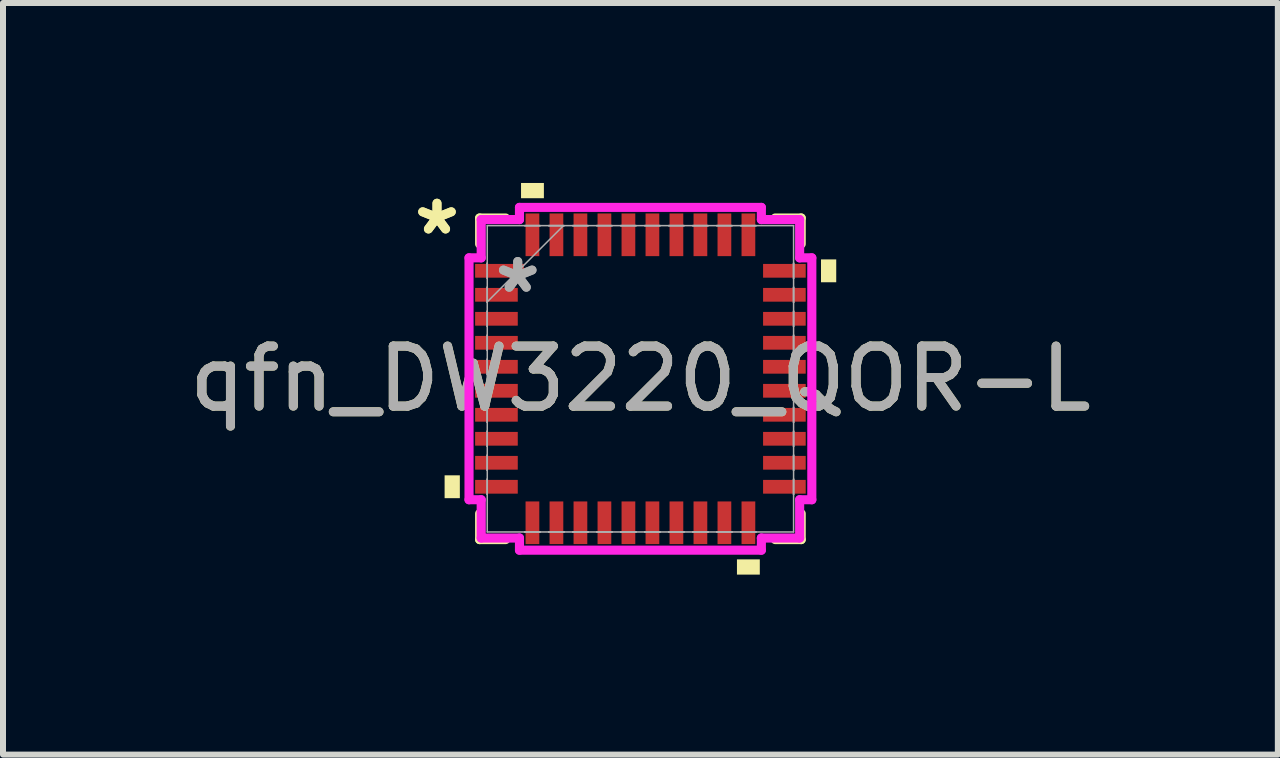
<source format=kicad_pcb>
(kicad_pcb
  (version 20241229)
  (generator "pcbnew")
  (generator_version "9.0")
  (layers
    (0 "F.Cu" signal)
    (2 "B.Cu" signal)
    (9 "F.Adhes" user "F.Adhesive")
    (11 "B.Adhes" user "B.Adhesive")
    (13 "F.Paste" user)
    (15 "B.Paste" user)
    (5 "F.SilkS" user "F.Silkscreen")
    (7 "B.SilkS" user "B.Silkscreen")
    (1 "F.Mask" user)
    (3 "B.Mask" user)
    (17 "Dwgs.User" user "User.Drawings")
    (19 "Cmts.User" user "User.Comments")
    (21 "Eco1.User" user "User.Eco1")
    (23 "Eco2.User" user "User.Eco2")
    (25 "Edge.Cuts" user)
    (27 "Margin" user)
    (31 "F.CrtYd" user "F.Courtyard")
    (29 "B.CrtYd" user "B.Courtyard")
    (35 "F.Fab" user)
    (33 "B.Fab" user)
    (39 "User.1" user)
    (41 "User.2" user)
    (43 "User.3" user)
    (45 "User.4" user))
  (footprint "qfn_DW3220_QOR-L"
    (layer "F.Cu")
    (at 7.625 3.264)
    (property "Reference" "qfn_DW3220_QOR-L" (at 0 0 0) (unlocked yes) (layer "F.SilkS") (effects (font (size 1 1) (thickness 0.15))))
    (attr smd)
    (fp_line (start -2.68 -2.68) (end -2.68 -2.247) (stroke (width 0.152) (type solid)) (layer "F.SilkS"))
    (fp_line (start -2.68 2.247) (end -2.68 2.68) (stroke (width 0.152) (type solid)) (layer "F.SilkS"))
    (fp_line (start -2.68 2.68) (end -2.247 2.68) (stroke (width 0.152) (type solid)) (layer "F.SilkS"))
    (fp_line (start -2.247 -2.68) (end -2.68 -2.68) (stroke (width 0.152) (type solid)) (layer "F.SilkS"))
    (fp_line (start 2.247 2.68) (end 2.68 2.68) (stroke (width 0.152) (type solid)) (layer "F.SilkS"))
    (fp_line (start 2.68 -2.68) (end 2.247 -2.68) (stroke (width 0.152) (type solid)) (layer "F.SilkS"))
    (fp_line (start 2.68 -2.247) (end 2.68 -2.68) (stroke (width 0.152) (type solid)) (layer "F.SilkS"))
    (fp_line (start 2.68 2.68) (end 2.68 2.247) (stroke (width 0.152) (type solid)) (layer "F.SilkS"))
    (fp_poly (pts (xy -3.264 1.609) (xy -3.264 1.99) (xy -3.01 1.99) (xy -3.01 1.609)) (stroke (width 0) (type solid)) (fill yes) (layer "F.SilkS"))
    (fp_poly (pts (xy -1.99 -3.01) (xy -1.99 -3.264) (xy -1.609 -3.264) (xy -1.609 -3.01)) (stroke (width 0) (type solid)) (fill yes) (layer "F.SilkS"))
    (fp_poly (pts (xy 1.609 3.01) (xy 1.609 3.264) (xy 1.99 3.264) (xy 1.99 3.01)) (stroke (width 0) (type solid)) (fill yes) (layer "F.SilkS"))
    (fp_poly (pts (xy 3.264 -1.99) (xy 3.264 -1.609) (xy 3.01 -1.609) (xy 3.01 -1.99)) (stroke (width 0) (type solid)) (fill yes) (layer "F.SilkS"))
    (fp_line (start -2.857 -2.016) (end -2.654 -2.016) (stroke (width 0.152) (type solid)) (layer "F.CrtYd"))
    (fp_line (start -2.857 2.016) (end -2.857 -2.016) (stroke (width 0.152) (type solid)) (layer "F.CrtYd"))
    (fp_line (start -2.857 2.016) (end -2.654 2.016) (stroke (width 0.152) (type solid)) (layer "F.CrtYd"))
    (fp_line (start -2.654 -2.654) (end -2.016 -2.654) (stroke (width 0.152) (type solid)) (layer "F.CrtYd"))
    (fp_line (start -2.654 -2.016) (end -2.654 -2.654) (stroke (width 0.152) (type solid)) (layer "F.CrtYd"))
    (fp_line (start -2.654 2.654) (end -2.654 2.016) (stroke (width 0.152) (type solid)) (layer "F.CrtYd"))
    (fp_line (start -2.016 -2.857) (end 2.016 -2.857) (stroke (width 0.152) (type solid)) (layer "F.CrtYd"))
    (fp_line (start -2.016 -2.654) (end -2.016 -2.857) (stroke (width 0.152) (type solid)) (layer "F.CrtYd"))
    (fp_line (start -2.016 2.654) (end -2.654 2.654) (stroke (width 0.152) (type solid)) (layer "F.CrtYd"))
    (fp_line (start -2.016 2.857) (end -2.016 2.654) (stroke (width 0.152) (type solid)) (layer "F.CrtYd"))
    (fp_line (start 2.016 -2.857) (end 2.016 -2.654) (stroke (width 0.152) (type solid)) (layer "F.CrtYd"))
    (fp_line (start 2.016 -2.654) (end 2.654 -2.654) (stroke (width 0.152) (type solid)) (layer "F.CrtYd"))
    (fp_line (start 2.016 2.654) (end 2.016 2.857) (stroke (width 0.152) (type solid)) (layer "F.CrtYd"))
    (fp_line (start 2.016 2.857) (end -2.016 2.857) (stroke (width 0.152) (type solid)) (layer "F.CrtYd"))
    (fp_line (start 2.654 -2.654) (end 2.654 -2.016) (stroke (width 0.152) (type solid)) (layer "F.CrtYd"))
    (fp_line (start 2.654 -2.016) (end 2.857 -2.016) (stroke (width 0.152) (type solid)) (layer "F.CrtYd"))
    (fp_line (start 2.654 2.016) (end 2.654 2.654) (stroke (width 0.152) (type solid)) (layer "F.CrtYd"))
    (fp_line (start 2.654 2.654) (end 2.016 2.654) (stroke (width 0.152) (type solid)) (layer "F.CrtYd"))
    (fp_line (start 2.857 -2.016) (end 2.857 2.016) (stroke (width 0.152) (type solid)) (layer "F.CrtYd"))
    (fp_line (start 2.857 2.016) (end 2.654 2.016) (stroke (width 0.152) (type solid)) (layer "F.CrtYd"))
    (fp_line (start -2.553 -2.553) (end -2.553 2.553) (stroke (width 0.025) (type solid)) (layer "F.Fab"))
    (fp_line (start -2.553 -1.927) (end -2.553 -1.927) (stroke (width 0.025) (type solid)) (layer "F.Fab"))
    (fp_line (start -2.553 -1.927) (end -2.553 -1.673) (stroke (width 0.025) (type solid)) (layer "F.Fab"))
    (fp_line (start -2.553 -1.673) (end -2.553 -1.927) (stroke (width 0.025) (type solid)) (layer "F.Fab"))
    (fp_line (start -2.553 -1.673) (end -2.553 -1.673) (stroke (width 0.025) (type solid)) (layer "F.Fab"))
    (fp_line (start -2.553 -1.527) (end -2.553 -1.527) (stroke (width 0.025) (type solid)) (layer "F.Fab"))
    (fp_line (start -2.553 -1.527) (end -2.553 -1.273) (stroke (width 0.025) (type solid)) (layer "F.Fab"))
    (fp_line (start -2.553 -1.283) (end -1.283 -2.553) (stroke (width 0.025) (type solid)) (layer "F.Fab"))
    (fp_line (start -2.553 -1.273) (end -2.553 -1.527) (stroke (width 0.025) (type solid)) (layer "F.Fab"))
    (fp_line (start -2.553 -1.273) (end -2.553 -1.273) (stroke (width 0.025) (type solid)) (layer "F.Fab"))
    (fp_line (start -2.553 -1.127) (end -2.553 -1.127) (stroke (width 0.025) (type solid)) (layer "F.Fab"))
    (fp_line (start -2.553 -1.127) (end -2.553 -0.873) (stroke (width 0.025) (type solid)) (layer "F.Fab"))
    (fp_line (start -2.553 -0.873) (end -2.553 -1.127) (stroke (width 0.025) (type solid)) (layer "F.Fab"))
    (fp_line (start -2.553 -0.873) (end -2.553 -0.873) (stroke (width 0.025) (type solid)) (layer "F.Fab"))
    (fp_line (start -2.553 -0.727) (end -2.553 -0.727) (stroke (width 0.025) (type solid)) (layer "F.Fab"))
    (fp_line (start -2.553 -0.727) (end -2.553 -0.473) (stroke (width 0.025) (type solid)) (layer "F.Fab"))
    (fp_line (start -2.553 -0.473) (end -2.553 -0.727) (stroke (width 0.025) (type solid)) (layer "F.Fab"))
    (fp_line (start -2.553 -0.473) (end -2.553 -0.473) (stroke (width 0.025) (type solid)) (layer "F.Fab"))
    (fp_line (start -2.553 -0.327) (end -2.553 -0.327) (stroke (width 0.025) (type solid)) (layer "F.Fab"))
    (fp_line (start -2.553 -0.327) (end -2.553 -0.073) (stroke (width 0.025) (type solid)) (layer "F.Fab"))
    (fp_line (start -2.553 -0.073) (end -2.553 -0.327) (stroke (width 0.025) (type solid)) (layer "F.Fab"))
    (fp_line (start -2.553 -0.073) (end -2.553 -0.073) (stroke (width 0.025) (type solid)) (layer "F.Fab"))
    (fp_line (start -2.553 0.073) (end -2.553 0.073) (stroke (width 0.025) (type solid)) (layer "F.Fab"))
    (fp_line (start -2.553 0.073) (end -2.553 0.327) (stroke (width 0.025) (type solid)) (layer "F.Fab"))
    (fp_line (start -2.553 0.327) (end -2.553 0.073) (stroke (width 0.025) (type solid)) (layer "F.Fab"))
    (fp_line (start -2.553 0.327) (end -2.553 0.327) (stroke (width 0.025) (type solid)) (layer "F.Fab"))
    (fp_line (start -2.553 0.473) (end -2.553 0.473) (stroke (width 0.025) (type solid)) (layer "F.Fab"))
    (fp_line (start -2.553 0.473) (end -2.553 0.727) (stroke (width 0.025) (type solid)) (layer "F.Fab"))
    (fp_line (start -2.553 0.727) (end -2.553 0.473) (stroke (width 0.025) (type solid)) (layer "F.Fab"))
    (fp_line (start -2.553 0.727) (end -2.553 0.727) (stroke (width 0.025) (type solid)) (layer "F.Fab"))
    (fp_line (start -2.553 0.873) (end -2.553 0.873) (stroke (width 0.025) (type solid)) (layer "F.Fab"))
    (fp_line (start -2.553 0.873) (end -2.553 1.127) (stroke (width 0.025) (type solid)) (layer "F.Fab"))
    (fp_line (start -2.553 1.127) (end -2.553 0.873) (stroke (width 0.025) (type solid)) (layer "F.Fab"))
    (fp_line (start -2.553 1.127) (end -2.553 1.127) (stroke (width 0.025) (type solid)) (layer "F.Fab"))
    (fp_line (start -2.553 1.273) (end -2.553 1.273) (stroke (width 0.025) (type solid)) (layer "F.Fab"))
    (fp_line (start -2.553 1.273) (end -2.553 1.527) (stroke (width 0.025) (type solid)) (layer "F.Fab"))
    (fp_line (start -2.553 1.527) (end -2.553 1.273) (stroke (width 0.025) (type solid)) (layer "F.Fab"))
    (fp_line (start -2.553 1.527) (end -2.553 1.527) (stroke (width 0.025) (type solid)) (layer "F.Fab"))
    (fp_line (start -2.553 1.673) (end -2.553 1.673) (stroke (width 0.025) (type solid)) (layer "F.Fab"))
    (fp_line (start -2.553 1.673) (end -2.553 1.927) (stroke (width 0.025) (type solid)) (layer "F.Fab"))
    (fp_line (start -2.553 1.927) (end -2.553 1.673) (stroke (width 0.025) (type solid)) (layer "F.Fab"))
    (fp_line (start -2.553 1.927) (end -2.553 1.927) (stroke (width 0.025) (type solid)) (layer "F.Fab"))
    (fp_line (start -2.553 2.553) (end 2.553 2.553) (stroke (width 0.025) (type solid)) (layer "F.Fab"))
    (fp_line (start -1.927 -2.553) (end -1.927 -2.553) (stroke (width 0.025) (type solid)) (layer "F.Fab"))
    (fp_line (start -1.927 -2.553) (end -1.673 -2.553) (stroke (width 0.025) (type solid)) (layer "F.Fab"))
    (fp_line (start -1.927 2.553) (end -1.927 2.553) (stroke (width 0.025) (type solid)) (layer "F.Fab"))
    (fp_line (start -1.927 2.553) (end -1.673 2.553) (stroke (width 0.025) (type solid)) (layer "F.Fab"))
    (fp_line (start -1.673 -2.553) (end -1.927 -2.553) (stroke (width 0.025) (type solid)) (layer "F.Fab"))
    (fp_line (start -1.673 -2.553) (end -1.673 -2.553) (stroke (width 0.025) (type solid)) (layer "F.Fab"))
    (fp_line (start -1.673 2.553) (end -1.927 2.553) (stroke (width 0.025) (type solid)) (layer "F.Fab"))
    (fp_line (start -1.673 2.553) (end -1.673 2.553) (stroke (width 0.025) (type solid)) (layer "F.Fab"))
    (fp_line (start -1.527 -2.553) (end -1.527 -2.553) (stroke (width 0.025) (type solid)) (layer "F.Fab"))
    (fp_line (start -1.527 -2.553) (end -1.273 -2.553) (stroke (width 0.025) (type solid)) (layer "F.Fab"))
    (fp_line (start -1.527 2.553) (end -1.527 2.553) (stroke (width 0.025) (type solid)) (layer "F.Fab"))
    (fp_line (start -1.527 2.553) (end -1.273 2.553) (stroke (width 0.025) (type solid)) (layer "F.Fab"))
    (fp_line (start -1.273 -2.553) (end -1.527 -2.553) (stroke (width 0.025) (type solid)) (layer "F.Fab"))
    (fp_line (start -1.273 -2.553) (end -1.273 -2.553) (stroke (width 0.025) (type solid)) (layer "F.Fab"))
    (fp_line (start -1.273 2.553) (end -1.527 2.553) (stroke (width 0.025) (type solid)) (layer "F.Fab"))
    (fp_line (start -1.273 2.553) (end -1.273 2.553) (stroke (width 0.025) (type solid)) (layer "F.Fab"))
    (fp_line (start -1.127 -2.553) (end -1.127 -2.553) (stroke (width 0.025) (type solid)) (layer "F.Fab"))
    (fp_line (start -1.127 -2.553) (end -0.873 -2.553) (stroke (width 0.025) (type solid)) (layer "F.Fab"))
    (fp_line (start -1.127 2.553) (end -1.127 2.553) (stroke (width 0.025) (type solid)) (layer "F.Fab"))
    (fp_line (start -1.127 2.553) (end -0.873 2.553) (stroke (width 0.025) (type solid)) (layer "F.Fab"))
    (fp_line (start -0.873 -2.553) (end -1.127 -2.553) (stroke (width 0.025) (type solid)) (layer "F.Fab"))
    (fp_line (start -0.873 -2.553) (end -0.873 -2.553) (stroke (width 0.025) (type solid)) (layer "F.Fab"))
    (fp_line (start -0.873 2.553) (end -1.127 2.553) (stroke (width 0.025) (type solid)) (layer "F.Fab"))
    (fp_line (start -0.873 2.553) (end -0.873 2.553) (stroke (width 0.025) (type solid)) (layer "F.Fab"))
    (fp_line (start -0.727 -2.553) (end -0.727 -2.553) (stroke (width 0.025) (type solid)) (layer "F.Fab"))
    (fp_line (start -0.727 -2.553) (end -0.473 -2.553) (stroke (width 0.025) (type solid)) (layer "F.Fab"))
    (fp_line (start -0.727 2.553) (end -0.727 2.553) (stroke (width 0.025) (type solid)) (layer "F.Fab"))
    (fp_line (start -0.727 2.553) (end -0.473 2.553) (stroke (width 0.025) (type solid)) (layer "F.Fab"))
    (fp_line (start -0.473 -2.553) (end -0.727 -2.553) (stroke (width 0.025) (type solid)) (layer "F.Fab"))
    (fp_line (start -0.473 -2.553) (end -0.473 -2.553) (stroke (width 0.025) (type solid)) (layer "F.Fab"))
    (fp_line (start -0.473 2.553) (end -0.727 2.553) (stroke (width 0.025) (type solid)) (layer "F.Fab"))
    (fp_line (start -0.473 2.553) (end -0.473 2.553) (stroke (width 0.025) (type solid)) (layer "F.Fab"))
    (fp_line (start -0.327 -2.553) (end -0.327 -2.553) (stroke (width 0.025) (type solid)) (layer "F.Fab"))
    (fp_line (start -0.327 -2.553) (end -0.073 -2.553) (stroke (width 0.025) (type solid)) (layer "F.Fab"))
    (fp_line (start -0.327 2.553) (end -0.327 2.553) (stroke (width 0.025) (type solid)) (layer "F.Fab"))
    (fp_line (start -0.327 2.553) (end -0.073 2.553) (stroke (width 0.025) (type solid)) (layer "F.Fab"))
    (fp_line (start -0.073 -2.553) (end -0.327 -2.553) (stroke (width 0.025) (type solid)) (layer "F.Fab"))
    (fp_line (start -0.073 -2.553) (end -0.073 -2.553) (stroke (width 0.025) (type solid)) (layer "F.Fab"))
    (fp_line (start -0.073 2.553) (end -0.327 2.553) (stroke (width 0.025) (type solid)) (layer "F.Fab"))
    (fp_line (start -0.073 2.553) (end -0.073 2.553) (stroke (width 0.025) (type solid)) (layer "F.Fab"))
    (fp_line (start 0.073 -2.553) (end 0.073 -2.553) (stroke (width 0.025) (type solid)) (layer "F.Fab"))
    (fp_line (start 0.073 -2.553) (end 0.327 -2.553) (stroke (width 0.025) (type solid)) (layer "F.Fab"))
    (fp_line (start 0.073 2.553) (end 0.073 2.553) (stroke (width 0.025) (type solid)) (layer "F.Fab"))
    (fp_line (start 0.073 2.553) (end 0.327 2.553) (stroke (width 0.025) (type solid)) (layer "F.Fab"))
    (fp_line (start 0.327 -2.553) (end 0.073 -2.553) (stroke (width 0.025) (type solid)) (layer "F.Fab"))
    (fp_line (start 0.327 -2.553) (end 0.327 -2.553) (stroke (width 0.025) (type solid)) (layer "F.Fab"))
    (fp_line (start 0.327 2.553) (end 0.073 2.553) (stroke (width 0.025) (type solid)) (layer "F.Fab"))
    (fp_line (start 0.327 2.553) (end 0.327 2.553) (stroke (width 0.025) (type solid)) (layer "F.Fab"))
    (fp_line (start 0.473 -2.553) (end 0.473 -2.553) (stroke (width 0.025) (type solid)) (layer "F.Fab"))
    (fp_line (start 0.473 -2.553) (end 0.727 -2.553) (stroke (width 0.025) (type solid)) (layer "F.Fab"))
    (fp_line (start 0.473 2.553) (end 0.473 2.553) (stroke (width 0.025) (type solid)) (layer "F.Fab"))
    (fp_line (start 0.473 2.553) (end 0.727 2.553) (stroke (width 0.025) (type solid)) (layer "F.Fab"))
    (fp_line (start 0.727 -2.553) (end 0.473 -2.553) (stroke (width 0.025) (type solid)) (layer "F.Fab"))
    (fp_line (start 0.727 -2.553) (end 0.727 -2.553) (stroke (width 0.025) (type solid)) (layer "F.Fab"))
    (fp_line (start 0.727 2.553) (end 0.473 2.553) (stroke (width 0.025) (type solid)) (layer "F.Fab"))
    (fp_line (start 0.727 2.553) (end 0.727 2.553) (stroke (width 0.025) (type solid)) (layer "F.Fab"))
    (fp_line (start 0.873 -2.553) (end 0.873 -2.553) (stroke (width 0.025) (type solid)) (layer "F.Fab"))
    (fp_line (start 0.873 -2.553) (end 1.127 -2.553) (stroke (width 0.025) (type solid)) (layer "F.Fab"))
    (fp_line (start 0.873 2.553) (end 0.873 2.553) (stroke (width 0.025) (type solid)) (layer "F.Fab"))
    (fp_line (start 0.873 2.553) (end 1.127 2.553) (stroke (width 0.025) (type solid)) (layer "F.Fab"))
    (fp_line (start 1.127 -2.553) (end 0.873 -2.553) (stroke (width 0.025) (type solid)) (layer "F.Fab"))
    (fp_line (start 1.127 -2.553) (end 1.127 -2.553) (stroke (width 0.025) (type solid)) (layer "F.Fab"))
    (fp_line (start 1.127 2.553) (end 0.873 2.553) (stroke (width 0.025) (type solid)) (layer "F.Fab"))
    (fp_line (start 1.127 2.553) (end 1.127 2.553) (stroke (width 0.025) (type solid)) (layer "F.Fab"))
    (fp_line (start 1.273 -2.553) (end 1.273 -2.553) (stroke (width 0.025) (type solid)) (layer "F.Fab"))
    (fp_line (start 1.273 -2.553) (end 1.527 -2.553) (stroke (width 0.025) (type solid)) (layer "F.Fab"))
    (fp_line (start 1.273 2.553) (end 1.273 2.553) (stroke (width 0.025) (type solid)) (layer "F.Fab"))
    (fp_line (start 1.273 2.553) (end 1.527 2.553) (stroke (width 0.025) (type solid)) (layer "F.Fab"))
    (fp_line (start 1.527 -2.553) (end 1.273 -2.553) (stroke (width 0.025) (type solid)) (layer "F.Fab"))
    (fp_line (start 1.527 -2.553) (end 1.527 -2.553) (stroke (width 0.025) (type solid)) (layer "F.Fab"))
    (fp_line (start 1.527 2.553) (end 1.273 2.553) (stroke (width 0.025) (type solid)) (layer "F.Fab"))
    (fp_line (start 1.527 2.553) (end 1.527 2.553) (stroke (width 0.025) (type solid)) (layer "F.Fab"))
    (fp_line (start 1.673 -2.553) (end 1.673 -2.553) (stroke (width 0.025) (type solid)) (layer "F.Fab"))
    (fp_line (start 1.673 -2.553) (end 1.927 -2.553) (stroke (width 0.025) (type solid)) (layer "F.Fab"))
    (fp_line (start 1.673 2.553) (end 1.673 2.553) (stroke (width 0.025) (type solid)) (layer "F.Fab"))
    (fp_line (start 1.673 2.553) (end 1.927 2.553) (stroke (width 0.025) (type solid)) (layer "F.Fab"))
    (fp_line (start 1.927 -2.553) (end 1.673 -2.553) (stroke (width 0.025) (type solid)) (layer "F.Fab"))
    (fp_line (start 1.927 -2.553) (end 1.927 -2.553) (stroke (width 0.025) (type solid)) (layer "F.Fab"))
    (fp_line (start 1.927 2.553) (end 1.673 2.553) (stroke (width 0.025) (type solid)) (layer "F.Fab"))
    (fp_line (start 1.927 2.553) (end 1.927 2.553) (stroke (width 0.025) (type solid)) (layer "F.Fab"))
    (fp_line (start 2.553 -2.553) (end -2.553 -2.553) (stroke (width 0.025) (type solid)) (layer "F.Fab"))
    (fp_line (start 2.553 -1.927) (end 2.553 -1.927) (stroke (width 0.025) (type solid)) (layer "F.Fab"))
    (fp_line (start 2.553 -1.927) (end 2.553 -1.673) (stroke (width 0.025) (type solid)) (layer "F.Fab"))
    (fp_line (start 2.553 -1.673) (end 2.553 -1.927) (stroke (width 0.025) (type solid)) (layer "F.Fab"))
    (fp_line (start 2.553 -1.673) (end 2.553 -1.673) (stroke (width 0.025) (type solid)) (layer "F.Fab"))
    (fp_line (start 2.553 -1.527) (end 2.553 -1.527) (stroke (width 0.025) (type solid)) (layer "F.Fab"))
    (fp_line (start 2.553 -1.527) (end 2.553 -1.273) (stroke (width 0.025) (type solid)) (layer "F.Fab"))
    (fp_line (start 2.553 -1.273) (end 2.553 -1.527) (stroke (width 0.025) (type solid)) (layer "F.Fab"))
    (fp_line (start 2.553 -1.273) (end 2.553 -1.273) (stroke (width 0.025) (type solid)) (layer "F.Fab"))
    (fp_line (start 2.553 -1.127) (end 2.553 -1.127) (stroke (width 0.025) (type solid)) (layer "F.Fab"))
    (fp_line (start 2.553 -1.127) (end 2.553 -0.873) (stroke (width 0.025) (type solid)) (layer "F.Fab"))
    (fp_line (start 2.553 -0.873) (end 2.553 -1.127) (stroke (width 0.025) (type solid)) (layer "F.Fab"))
    (fp_line (start 2.553 -0.873) (end 2.553 -0.873) (stroke (width 0.025) (type solid)) (layer "F.Fab"))
    (fp_line (start 2.553 -0.727) (end 2.553 -0.727) (stroke (width 0.025) (type solid)) (layer "F.Fab"))
    (fp_line (start 2.553 -0.727) (end 2.553 -0.473) (stroke (width 0.025) (type solid)) (layer "F.Fab"))
    (fp_line (start 2.553 -0.473) (end 2.553 -0.727) (stroke (width 0.025) (type solid)) (layer "F.Fab"))
    (fp_line (start 2.553 -0.473) (end 2.553 -0.473) (stroke (width 0.025) (type solid)) (layer "F.Fab"))
    (fp_line (start 2.553 -0.327) (end 2.553 -0.327) (stroke (width 0.025) (type solid)) (layer "F.Fab"))
    (fp_line (start 2.553 -0.327) (end 2.553 -0.073) (stroke (width 0.025) (type solid)) (layer "F.Fab"))
    (fp_line (start 2.553 -0.073) (end 2.553 -0.327) (stroke (width 0.025) (type solid)) (layer "F.Fab"))
    (fp_line (start 2.553 -0.073) (end 2.553 -0.073) (stroke (width 0.025) (type solid)) (layer "F.Fab"))
    (fp_line (start 2.553 0.073) (end 2.553 0.073) (stroke (width 0.025) (type solid)) (layer "F.Fab"))
    (fp_line (start 2.553 0.073) (end 2.553 0.327) (stroke (width 0.025) (type solid)) (layer "F.Fab"))
    (fp_line (start 2.553 0.327) (end 2.553 0.073) (stroke (width 0.025) (type solid)) (layer "F.Fab"))
    (fp_line (start 2.553 0.327) (end 2.553 0.327) (stroke (width 0.025) (type solid)) (layer "F.Fab"))
    (fp_line (start 2.553 0.473) (end 2.553 0.473) (stroke (width 0.025) (type solid)) (layer "F.Fab"))
    (fp_line (start 2.553 0.473) (end 2.553 0.727) (stroke (width 0.025) (type solid)) (layer "F.Fab"))
    (fp_line (start 2.553 0.727) (end 2.553 0.473) (stroke (width 0.025) (type solid)) (layer "F.Fab"))
    (fp_line (start 2.553 0.727) (end 2.553 0.727) (stroke (width 0.025) (type solid)) (layer "F.Fab"))
    (fp_line (start 2.553 0.873) (end 2.553 0.873) (stroke (width 0.025) (type solid)) (layer "F.Fab"))
    (fp_line (start 2.553 0.873) (end 2.553 1.127) (stroke (width 0.025) (type solid)) (layer "F.Fab"))
    (fp_line (start 2.553 1.127) (end 2.553 0.873) (stroke (width 0.025) (type solid)) (layer "F.Fab"))
    (fp_line (start 2.553 1.127) (end 2.553 1.127) (stroke (width 0.025) (type solid)) (layer "F.Fab"))
    (fp_line (start 2.553 1.273) (end 2.553 1.273) (stroke (width 0.025) (type solid)) (layer "F.Fab"))
    (fp_line (start 2.553 1.273) (end 2.553 1.527) (stroke (width 0.025) (type solid)) (layer "F.Fab"))
    (fp_line (start 2.553 1.527) (end 2.553 1.273) (stroke (width 0.025) (type solid)) (layer "F.Fab"))
    (fp_line (start 2.553 1.527) (end 2.553 1.527) (stroke (width 0.025) (type solid)) (layer "F.Fab"))
    (fp_line (start 2.553 1.673) (end 2.553 1.673) (stroke (width 0.025) (type solid)) (layer "F.Fab"))
    (fp_line (start 2.553 1.673) (end 2.553 1.927) (stroke (width 0.025) (type solid)) (layer "F.Fab"))
    (fp_line (start 2.553 1.927) (end 2.553 1.673) (stroke (width 0.025) (type solid)) (layer "F.Fab"))
    (fp_line (start 2.553 1.927) (end 2.553 1.927) (stroke (width 0.025) (type solid)) (layer "F.Fab"))
    (fp_line (start 2.553 2.553) (end 2.553 -2.553) (stroke (width 0.025) (type solid)) (layer "F.Fab"))
    (fp_text user "*" (at -3.391 -2.381 0) (layer "F.SilkS") (effects (font (size 1 1) (thickness 0.15))))
    (fp_text user "*" (at -3.391 -2.381 0) (unlocked yes) (layer "F.SilkS") (effects (font (size 1 1) (thickness 0.15))))
    (fp_text user "*" (at -2.045 -1.41 0) (unlocked yes) (layer "F.Fab") (effects (font (size 1 1) (thickness 0.15))))
    (fp_text user "${REFERENCE}" (at 0 0 0) (unlocked yes) (layer "F.Fab") (effects (font (size 1 1) (thickness 0.15))))
    (fp_text user "*" (at -2.045 -1.41 0) (layer "F.Fab") (effects (font (size 1 1) (thickness 0.15))))
    (pad "1" smd rect (at -2.349 -1.8 90) (size 0.229 0.813) (layers "F.Cu" "F.Mask" "F.Paste"))
    (pad "2" smd rect (at -2.4 -1.4 90) (size 0.229 0.711) (layers "F.Cu" "F.Mask" "F.Paste"))
    (pad "3" smd rect (at -2.4 -1 90) (size 0.229 0.711) (layers "F.Cu" "F.Mask" "F.Paste"))
    (pad "4" smd rect (at -2.4 -0.6 90) (size 0.229 0.711) (layers "F.Cu" "F.Mask" "F.Paste"))
    (pad "5" smd rect (at -2.4 -0.2 90) (size 0.229 0.711) (layers "F.Cu" "F.Mask" "F.Paste"))
    (pad "6" smd rect (at -2.4 0.2 90) (size 0.229 0.711) (layers "F.Cu" "F.Mask" "F.Paste"))
    (pad "7" smd rect (at -2.4 0.6 90) (size 0.229 0.711) (layers "F.Cu" "F.Mask" "F.Paste"))
    (pad "8" smd rect (at -2.4 1 90) (size 0.229 0.711) (layers "F.Cu" "F.Mask" "F.Paste"))
    (pad "9" smd rect (at -2.4 1.4 90) (size 0.229 0.711) (layers "F.Cu" "F.Mask" "F.Paste"))
    (pad "10" smd rect (at -2.4 1.8 90) (size 0.229 0.711) (layers "F.Cu" "F.Mask" "F.Paste"))
    (pad "11" smd rect (at -1.8 2.4) (size 0.229 0.711) (layers "F.Cu" "F.Mask" "F.Paste"))
    (pad "12" smd rect (at -1.4 2.4) (size 0.229 0.711) (layers "F.Cu" "F.Mask" "F.Paste"))
    (pad "13" smd rect (at -1 2.4) (size 0.229 0.711) (layers "F.Cu" "F.Mask" "F.Paste"))
    (pad "14" smd rect (at -0.6 2.4) (size 0.229 0.711) (layers "F.Cu" "F.Mask" "F.Paste"))
    (pad "15" smd rect (at -0.2 2.4) (size 0.229 0.711) (layers "F.Cu" "F.Mask" "F.Paste"))
    (pad "16" smd rect (at 0.2 2.4) (size 0.229 0.711) (layers "F.Cu" "F.Mask" "F.Paste"))
    (pad "17" smd rect (at 0.6 2.4) (size 0.229 0.711) (layers "F.Cu" "F.Mask" "F.Paste"))
    (pad "18" smd rect (at 1 2.4) (size 0.229 0.711) (layers "F.Cu" "F.Mask" "F.Paste"))
    (pad "19" smd rect (at 1.4 2.4) (size 0.229 0.711) (layers "F.Cu" "F.Mask" "F.Paste"))
    (pad "20" smd rect (at 1.8 2.4) (size 0.229 0.711) (layers "F.Cu" "F.Mask" "F.Paste"))
    (pad "21" smd rect (at 2.4 1.8 90) (size 0.229 0.711) (layers "F.Cu" "F.Mask" "F.Paste"))
    (pad "22" smd rect (at 2.4 1.4 90) (size 0.229 0.711) (layers "F.Cu" "F.Mask" "F.Paste"))
    (pad "23" smd rect (at 2.4 1 90) (size 0.229 0.711) (layers "F.Cu" "F.Mask" "F.Paste"))
    (pad "24" smd rect (at 2.4 0.6 90) (size 0.229 0.711) (layers "F.Cu" "F.Mask" "F.Paste"))
    (pad "25" smd rect (at 2.4 0.2 90) (size 0.229 0.711) (layers "F.Cu" "F.Mask" "F.Paste"))
    (pad "26" smd rect (at 2.4 -0.2 90) (size 0.229 0.711) (layers "F.Cu" "F.Mask" "F.Paste"))
    (pad "27" smd rect (at 2.4 -0.6 90) (size 0.229 0.711) (layers "F.Cu" "F.Mask" "F.Paste"))
    (pad "28" smd rect (at 2.4 -1 90) (size 0.229 0.711) (layers "F.Cu" "F.Mask" "F.Paste"))
    (pad "29" smd rect (at 2.4 -1.4 90) (size 0.229 0.711) (layers "F.Cu" "F.Mask" "F.Paste"))
    (pad "30" smd rect (at 2.4 -1.8 90) (size 0.229 0.711) (layers "F.Cu" "F.Mask" "F.Paste"))
    (pad "31" smd rect (at 1.8 -2.4) (size 0.229 0.711) (layers "F.Cu" "F.Mask" "F.Paste"))
    (pad "32" smd rect (at 1.4 -2.4) (size 0.229 0.711) (layers "F.Cu" "F.Mask" "F.Paste"))
    (pad "33" smd rect (at 1 -2.4) (size 0.229 0.711) (layers "F.Cu" "F.Mask" "F.Paste"))
    (pad "34" smd rect (at 0.6 -2.4) (size 0.229 0.711) (layers "F.Cu" "F.Mask" "F.Paste"))
    (pad "35" smd rect (at 0.2 -2.4) (size 0.229 0.711) (layers "F.Cu" "F.Mask" "F.Paste"))
    (pad "36" smd rect (at -0.2 -2.4) (size 0.229 0.711) (layers "F.Cu" "F.Mask" "F.Paste"))
    (pad "37" smd rect (at -0.6 -2.4) (size 0.229 0.711) (layers "F.Cu" "F.Mask" "F.Paste"))
    (pad "38" smd rect (at -1 -2.4) (size 0.229 0.711) (layers "F.Cu" "F.Mask" "F.Paste"))
    (pad "39" smd rect (at -1.4 -2.4) (size 0.229 0.711) (layers "F.Cu" "F.Mask" "F.Paste"))
    (pad "40" smd rect (at -1.8 -2.4) (size 0.229 0.711) (layers "F.Cu" "F.Mask" "F.Paste")))
  (gr_rect
    (start -3 -3)
    (end 18.25 9.528)
    (stroke (width 0.1) (type default))
    (fill no)
    (layer "Edge.Cuts")))
</source>
